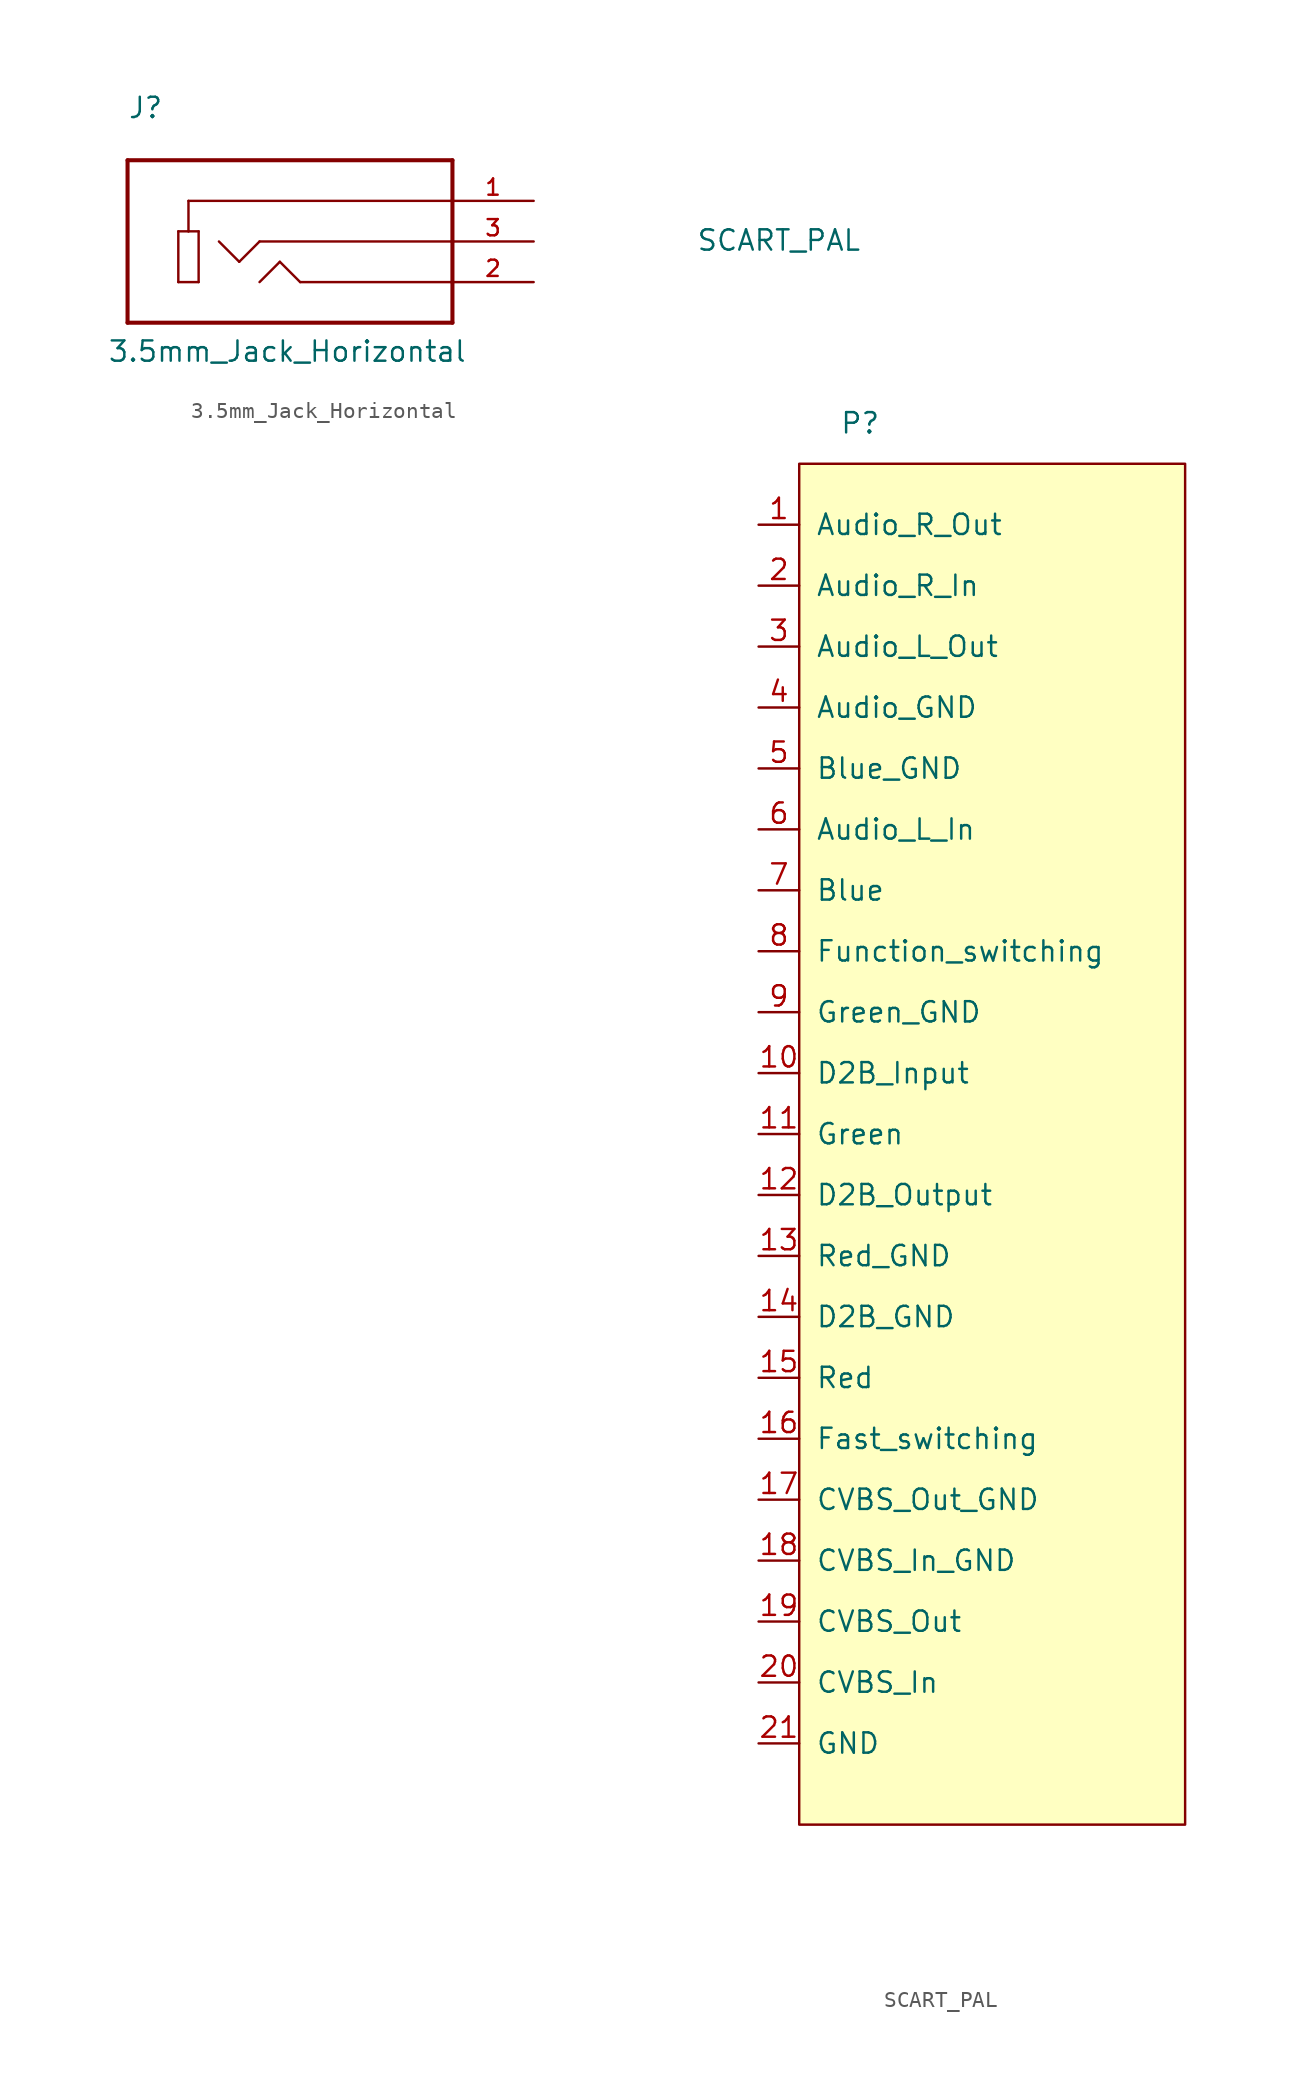
<source format=kicad_sym>
(kicad_symbol_lib
  (version 20220914)
  (generator kicad_symbol_editor)
  (symbol "3.5mm_Jack_Horizontal"
    (pin_names
      (offset 1.016) hide)
    (property "Reference" "J"
      (at -10.16 7.62 0)
      (effects (font (size 1.27 1.27)) (justify left bottom)))
    (property "Value" "3.5mm_Jack_Horizontal"
      (at -11.43 -7.62 0)
      (effects (font (size 1.27 1.27)) (justify left bottom)))
    (symbol "3.5mm_Jack_Horizontal_0_0"
      (polyline (pts (xy -10.16 -5.08) (xy 10.16 -5.08)) (stroke (width 0.254) (type solid)) (fill (type none)))
      (polyline (pts (xy -10.16 5.08) (xy -10.16 -5.08)) (stroke (width 0.254) (type solid)) (fill (type none)))
      (polyline (pts (xy -6.985 -2.54) (xy -6.985 0.635)) (stroke (width 0.152) (type solid)) (fill (type none)))
      (polyline (pts (xy -6.985 0.635) (xy -6.35 0.635)) (stroke (width 0.152) (type solid)) (fill (type none)))
      (polyline (pts (xy -6.35 0.635) (xy -5.715 0.635)) (stroke (width 0.152) (type solid)) (fill (type none)))
      (polyline (pts (xy -6.35 2.54) (xy -6.35 0.635)) (stroke (width 0.152) (type solid)) (fill (type none)))
      (polyline (pts (xy -5.715 -2.54) (xy -6.985 -2.54)) (stroke (width 0.152) (type solid)) (fill (type none)))
      (polyline (pts (xy -5.715 0.635) (xy -5.715 -2.54)) (stroke (width 0.152) (type solid)) (fill (type none)))
      (polyline (pts (xy -3.175 -1.27) (xy -4.445 0)) (stroke (width 0.152) (type solid)) (fill (type none)))
      (polyline (pts (xy -1.905 0) (xy -3.175 -1.27)) (stroke (width 0.152) (type solid)) (fill (type none)))
      (polyline (pts (xy -0.635 -1.27) (xy -1.905 -2.54)) (stroke (width 0.152) (type solid)) (fill (type none)))
      (polyline (pts (xy 0.635 -2.54) (xy -0.635 -1.27)) (stroke (width 0.152) (type solid)) (fill (type none)))
      (polyline (pts (xy 10.16 -5.08) (xy 10.16 -2.54)) (stroke (width 0.254) (type solid)) (fill (type none)))
      (polyline (pts (xy 10.16 -2.54) (xy 0.635 -2.54)) (stroke (width 0.152) (type solid)) (fill (type none)))
      (polyline (pts (xy 10.16 -2.54) (xy 10.16 0)) (stroke (width 0.254) (type solid)) (fill (type none)))
      (polyline (pts (xy 10.16 0) (xy -1.905 0)) (stroke (width 0.152) (type solid)) (fill (type none)))
      (polyline (pts (xy 10.16 0) (xy 10.16 2.54)) (stroke (width 0.254) (type solid)) (fill (type none)))
      (polyline (pts (xy 10.16 2.54) (xy -6.35 2.54)) (stroke (width 0.152) (type solid)) (fill (type none)))
      (polyline (pts (xy 10.16 2.54) (xy 10.16 5.08)) (stroke (width 0.254) (type solid)) (fill (type none)))
      (polyline (pts (xy 10.16 5.08) (xy -10.16 5.08)) (stroke (width 0.254) (type solid)) (fill (type none)))
      (pin passive line (at 15.24 2.54 180) (length 5.08) (name "~" (effects (font (size 1.016 1.016)))) (number "1" (effects (font (size 1.016 1.016)))))
      (pin passive line (at 15.24 -2.54 180) (length 5.08) (name "~" (effects (font (size 1.016 1.016)))) (number "2" (effects (font (size 1.016 1.016)))))
      (pin passive line (at 15.24 0 180) (length 5.08) (name "~" (effects (font (size 1.016 1.016)))) (number "3" (effects (font (size 1.016 1.016)))))))
  (symbol "SCART_PAL"
    (pin_names
      (offset 1.016))
    (property "Reference" "P"
      (at 3.81 2.54 0)
      (effects (font (size 1.27 1.27))))
    (property "Value" "SCART_PAL"
      (at -1.27 13.97 0)
      (effects (font (size 1.27 1.27))))
    (symbol "SCART_PAL_0_0"
      (pin passive line (at -2.54 -3.81 0) (length 2.54) (name "Audio_R_Out" (effects (font (size 1.27 1.27)))) (number "1" (effects (font (size 1.27 1.27)))))
      (pin passive line (at -2.54 -38.1 0) (length 2.54) (name "D2B_Input" (effects (font (size 1.27 1.27)))) (number "10" (effects (font (size 1.27 1.27)))))
      (pin passive line (at -2.54 -41.91 0) (length 2.54) (name "Green" (effects (font (size 1.27 1.27)))) (number "11" (effects (font (size 1.27 1.27)))))
      (pin passive line (at -2.54 -45.72 0) (length 2.54) (name "D2B_Output" (effects (font (size 1.27 1.27)))) (number "12" (effects (font (size 1.27 1.27)))))
      (pin passive line (at -2.54 -49.53 0) (length 2.54) (name "Red_GND" (effects (font (size 1.27 1.27)))) (number "13" (effects (font (size 1.27 1.27)))))
      (pin passive line (at -2.54 -53.34 0) (length 2.54) (name "D2B_GND" (effects (font (size 1.27 1.27)))) (number "14" (effects (font (size 1.27 1.27)))))
      (pin passive line (at -2.54 -57.15 0) (length 2.54) (name "Red" (effects (font (size 1.27 1.27)))) (number "15" (effects (font (size 1.27 1.27)))))
      (pin passive line (at -2.54 -60.96 0) (length 2.54) (name "Fast_switching" (effects (font (size 1.27 1.27)))) (number "16" (effects (font (size 1.27 1.27)))))
      (pin passive line (at -2.54 -64.77 0) (length 2.54) (name "CVBS_Out_GND" (effects (font (size 1.27 1.27)))) (number "17" (effects (font (size 1.27 1.27)))))
      (pin passive line (at -2.54 -68.58 0) (length 2.54) (name "CVBS_In_GND" (effects (font (size 1.27 1.27)))) (number "18" (effects (font (size 1.27 1.27)))))
      (pin passive line (at -2.54 -72.39 0) (length 2.54) (name "CVBS_Out" (effects (font (size 1.27 1.27)))) (number "19" (effects (font (size 1.27 1.27)))))
      (pin passive line (at -2.54 -7.62 0) (length 2.54) (name "Audio_R_In" (effects (font (size 1.27 1.27)))) (number "2" (effects (font (size 1.27 1.27)))))
      (pin passive line (at -2.54 -76.2 0) (length 2.54) (name "CVBS_In" (effects (font (size 1.27 1.27)))) (number "20" (effects (font (size 1.27 1.27)))))
      (pin passive line (at -2.54 -80.01 0) (length 2.54) (name "GND" (effects (font (size 1.27 1.27)))) (number "21" (effects (font (size 1.27 1.27)))))
      (pin passive line (at -2.54 -11.43 0) (length 2.54) (name "Audio_L_Out" (effects (font (size 1.27 1.27)))) (number "3" (effects (font (size 1.27 1.27)))))
      (pin passive line (at -2.54 -15.24 0) (length 2.54) (name "Audio_GND" (effects (font (size 1.27 1.27)))) (number "4" (effects (font (size 1.27 1.27)))))
      (pin passive line (at -2.54 -19.05 0) (length 2.54) (name "Blue_GND" (effects (font (size 1.27 1.27)))) (number "5" (effects (font (size 1.27 1.27)))))
      (pin passive line (at -2.54 -22.86 0) (length 2.54) (name "Audio_L_In" (effects (font (size 1.27 1.27)))) (number "6" (effects (font (size 1.27 1.27)))))
      (pin passive line (at -2.54 -26.67 0) (length 2.54) (name "Blue" (effects (font (size 1.27 1.27)))) (number "7" (effects (font (size 1.27 1.27)))))
      (pin passive line (at -2.54 -30.48 0) (length 2.54) (name "Function_switching" (effects (font (size 1.27 1.27)))) (number "8" (effects (font (size 1.27 1.27)))))
      (pin passive line (at -2.54 -34.29 0) (length 2.54) (name "Green_GND" (effects (font (size 1.27 1.27)))) (number "9" (effects (font (size 1.27 1.27))))))
    (symbol "SCART_PAL_0_1"
      (rectangle (start 0 0) (end 24.13 -85.09) (stroke (width 0) (type solid)) (fill (type background))))))
</source>
